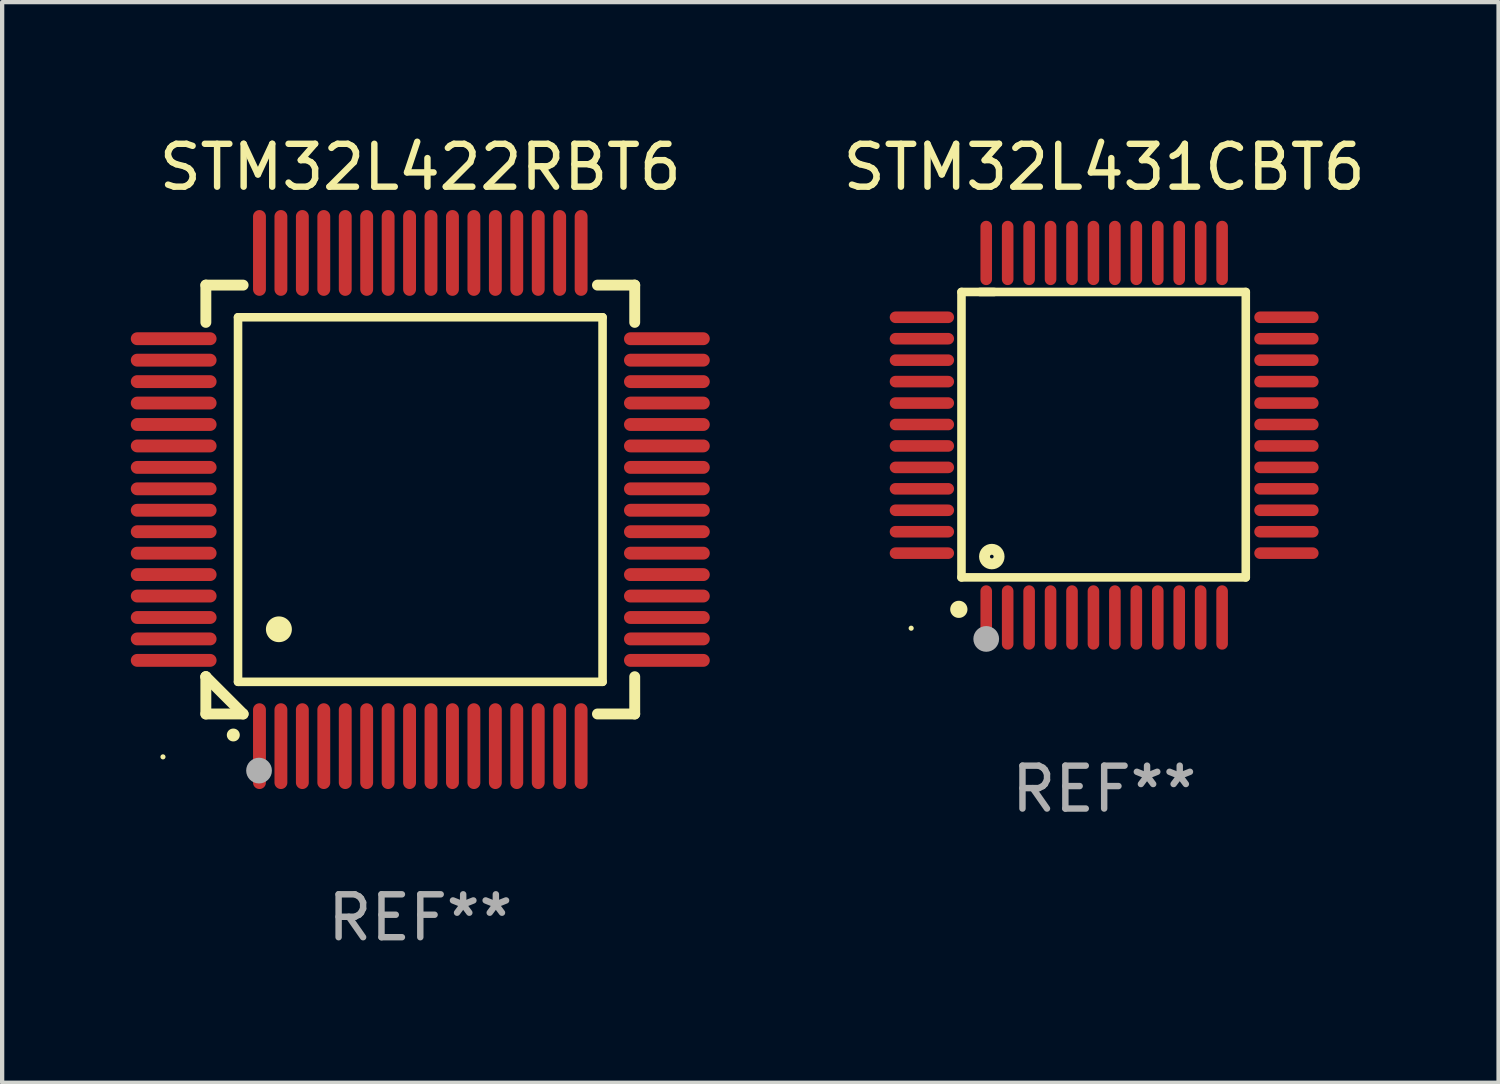
<source format=kicad_pcb>
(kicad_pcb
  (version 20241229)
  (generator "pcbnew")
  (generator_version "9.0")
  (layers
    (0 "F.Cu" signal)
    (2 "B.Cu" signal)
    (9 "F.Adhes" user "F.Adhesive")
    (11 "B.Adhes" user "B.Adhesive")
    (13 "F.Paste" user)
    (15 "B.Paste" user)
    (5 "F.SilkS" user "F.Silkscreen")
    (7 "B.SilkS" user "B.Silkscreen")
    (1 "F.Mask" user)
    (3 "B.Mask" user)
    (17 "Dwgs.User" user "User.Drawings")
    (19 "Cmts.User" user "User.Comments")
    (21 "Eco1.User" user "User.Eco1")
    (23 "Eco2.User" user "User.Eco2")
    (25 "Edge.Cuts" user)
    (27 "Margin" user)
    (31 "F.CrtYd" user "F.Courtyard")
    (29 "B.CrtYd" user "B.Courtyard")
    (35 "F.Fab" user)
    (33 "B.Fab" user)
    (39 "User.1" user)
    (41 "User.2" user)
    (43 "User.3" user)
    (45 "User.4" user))
  (footprint "STM32L422RBT6"
    (layer "F.Cu")
    (at 6.75 8.598)
    (property "Reference" "STM32L422RBT6" (at 0 -7.75 0) (layer "F.SilkS") (effects (font (size 1 1) (thickness 0.15))))
    (attr through_hole)
    (fp_line (start -5 -5) (end -4.131 -5) (stroke (width 0.254) (type solid)) (layer "F.SilkS"))
    (fp_line (start -5 -4.131) (end -5 -5) (stroke (width 0.254) (type solid)) (layer "F.SilkS"))
    (fp_line (start -5 4.131) (end -5 4.131) (stroke (width 0.254) (type solid)) (layer "F.SilkS"))
    (fp_line (start -5 5) (end -5 4.131) (stroke (width 0.254) (type solid)) (layer "F.SilkS"))
    (fp_line (start -5 4.131) (end -4.131 5) (stroke (width 0.254) (type solid)) (layer "F.SilkS"))
    (fp_line (start -4.25 -4.25) (end -4.25 4.25) (stroke (width 0.2) (type solid)) (layer "F.SilkS"))
    (fp_line (start -4.25 4.25) (end 4.25 4.25) (stroke (width 0.2) (type solid)) (layer "F.SilkS"))
    (fp_line (start -4.131 5) (end -5 5) (stroke (width 0.254) (type solid)) (layer "F.SilkS"))
    (fp_line (start 4.25 -4.25) (end -4.25 -4.25) (stroke (width 0.2) (type solid)) (layer "F.SilkS"))
    (fp_line (start 4.25 4.25) (end 4.25 -4.25) (stroke (width 0.2) (type solid)) (layer "F.SilkS"))
    (fp_line (start 5 -5) (end 4.131 -5) (stroke (width 0.254) (type solid)) (layer "F.SilkS"))
    (fp_line (start 5 -5) (end 5 -4.131) (stroke (width 0.254) (type solid)) (layer "F.SilkS"))
    (fp_line (start 5 4.131) (end 5 5) (stroke (width 0.254) (type solid)) (layer "F.SilkS"))
    (fp_line (start 5 5) (end 4.131 5) (stroke (width 0.254) (type solid)) (layer "F.SilkS"))
    (fp_arc (start -4.361265 5.489992) (mid -4.359995 5.489987) (end -4.358725 5.489992) (stroke (width 0.3) (type solid)) (layer "F.SilkS"))
    (fp_arc (start -3.299467 3.025146) (mid -3.296927 3.025135) (end -3.294387 3.025146) (stroke (width 0.6) (type solid)) (layer "F.SilkS"))
    (fp_circle (center -6 6) (end -5.97 6) (stroke (width 0.06) (type solid)) (fill no) (layer "F.SilkS"))
    (fp_circle (center -3.76 6.32) (end -3.61 6.32) (stroke (width 0.3) (type solid)) (fill no) (layer "F.Fab"))
    (fp_text user "REF**" (at 0 9.75 0) (layer "F.Fab") (effects (font (size 1 1) (thickness 0.15))))
    (pad "1" smd oval (at -3.75 5.75) (size 0.3 2) (layers "F.Cu" "F.Mask" "F.Paste"))
    (pad "2" smd oval (at -3.25 5.75) (size 0.3 2) (layers "F.Cu" "F.Mask" "F.Paste"))
    (pad "3" smd oval (at -2.75 5.75) (size 0.3 2) (layers "F.Cu" "F.Mask" "F.Paste"))
    (pad "4" smd oval (at -2.25 5.75) (size 0.3 2) (layers "F.Cu" "F.Mask" "F.Paste"))
    (pad "5" smd oval (at -1.75 5.75) (size 0.3 2) (layers "F.Cu" "F.Mask" "F.Paste"))
    (pad "6" smd oval (at -1.25 5.75) (size 0.3 2) (layers "F.Cu" "F.Mask" "F.Paste"))
    (pad "7" smd oval (at -0.75 5.75) (size 0.3 2) (layers "F.Cu" "F.Mask" "F.Paste"))
    (pad "8" smd oval (at -0.25 5.75) (size 0.3 2) (layers "F.Cu" "F.Mask" "F.Paste"))
    (pad "9" smd oval (at 0.25 5.75) (size 0.3 2) (layers "F.Cu" "F.Mask" "F.Paste"))
    (pad "10" smd oval (at 0.75 5.75) (size 0.3 2) (layers "F.Cu" "F.Mask" "F.Paste"))
    (pad "11" smd oval (at 1.25 5.75) (size 0.3 2) (layers "F.Cu" "F.Mask" "F.Paste"))
    (pad "12" smd oval (at 1.75 5.75) (size 0.3 2) (layers "F.Cu" "F.Mask" "F.Paste"))
    (pad "13" smd oval (at 2.25 5.75) (size 0.3 2) (layers "F.Cu" "F.Mask" "F.Paste"))
    (pad "14" smd oval (at 2.75 5.75) (size 0.3 2) (layers "F.Cu" "F.Mask" "F.Paste"))
    (pad "15" smd oval (at 3.25 5.75) (size 0.3 2) (layers "F.Cu" "F.Mask" "F.Paste"))
    (pad "16" smd oval (at 3.75 5.75) (size 0.3 2) (layers "F.Cu" "F.Mask" "F.Paste"))
    (pad "17" smd oval (at 5.75 3.75) (size 2 0.3) (layers "F.Cu" "F.Mask" "F.Paste"))
    (pad "18" smd oval (at 5.75 3.25) (size 2 0.3) (layers "F.Cu" "F.Mask" "F.Paste"))
    (pad "19" smd oval (at 5.75 2.75) (size 2 0.3) (layers "F.Cu" "F.Mask" "F.Paste"))
    (pad "20" smd oval (at 5.75 2.25) (size 2 0.3) (layers "F.Cu" "F.Mask" "F.Paste"))
    (pad "21" smd oval (at 5.75 1.75) (size 2 0.3) (layers "F.Cu" "F.Mask" "F.Paste"))
    (pad "22" smd oval (at 5.75 1.25) (size 2 0.3) (layers "F.Cu" "F.Mask" "F.Paste"))
    (pad "23" smd oval (at 5.75 0.75) (size 2 0.3) (layers "F.Cu" "F.Mask" "F.Paste"))
    (pad "24" smd oval (at 5.75 0.25) (size 2 0.3) (layers "F.Cu" "F.Mask" "F.Paste"))
    (pad "25" smd oval (at 5.75 -0.25) (size 2 0.3) (layers "F.Cu" "F.Mask" "F.Paste"))
    (pad "26" smd oval (at 5.75 -0.75) (size 2 0.3) (layers "F.Cu" "F.Mask" "F.Paste"))
    (pad "27" smd oval (at 5.75 -1.25) (size 2 0.3) (layers "F.Cu" "F.Mask" "F.Paste"))
    (pad "28" smd oval (at 5.75 -1.75) (size 2 0.3) (layers "F.Cu" "F.Mask" "F.Paste"))
    (pad "29" smd oval (at 5.75 -2.25) (size 2 0.3) (layers "F.Cu" "F.Mask" "F.Paste"))
    (pad "30" smd oval (at 5.75 -2.75) (size 2 0.3) (layers "F.Cu" "F.Mask" "F.Paste"))
    (pad "31" smd oval (at 5.75 -3.25) (size 2 0.3) (layers "F.Cu" "F.Mask" "F.Paste"))
    (pad "32" smd oval (at 5.75 -3.75) (size 2 0.3) (layers "F.Cu" "F.Mask" "F.Paste"))
    (pad "33" smd oval (at 3.75 -5.75) (size 0.3 2) (layers "F.Cu" "F.Mask" "F.Paste"))
    (pad "34" smd oval (at 3.25 -5.75) (size 0.3 2) (layers "F.Cu" "F.Mask" "F.Paste"))
    (pad "35" smd oval (at 2.75 -5.75) (size 0.3 2) (layers "F.Cu" "F.Mask" "F.Paste"))
    (pad "36" smd oval (at 2.25 -5.75) (size 0.3 2) (layers "F.Cu" "F.Mask" "F.Paste"))
    (pad "37" smd oval (at 1.75 -5.75) (size 0.3 2) (layers "F.Cu" "F.Mask" "F.Paste"))
    (pad "38" smd oval (at 1.25 -5.75) (size 0.3 2) (layers "F.Cu" "F.Mask" "F.Paste"))
    (pad "39" smd oval (at 0.75 -5.75) (size 0.3 2) (layers "F.Cu" "F.Mask" "F.Paste"))
    (pad "40" smd oval (at 0.25 -5.75) (size 0.3 2) (layers "F.Cu" "F.Mask" "F.Paste"))
    (pad "41" smd oval (at -0.25 -5.75) (size 0.3 2) (layers "F.Cu" "F.Mask" "F.Paste"))
    (pad "42" smd oval (at -0.75 -5.75) (size 0.3 2) (layers "F.Cu" "F.Mask" "F.Paste"))
    (pad "43" smd oval (at -1.25 -5.75) (size 0.3 2) (layers "F.Cu" "F.Mask" "F.Paste"))
    (pad "44" smd oval (at -1.75 -5.75) (size 0.3 2) (layers "F.Cu" "F.Mask" "F.Paste"))
    (pad "45" smd oval (at -2.25 -5.75) (size 0.3 2) (layers "F.Cu" "F.Mask" "F.Paste"))
    (pad "46" smd oval (at -2.75 -5.75) (size 0.3 2) (layers "F.Cu" "F.Mask" "F.Paste"))
    (pad "47" smd oval (at -3.25 -5.75) (size 0.3 2) (layers "F.Cu" "F.Mask" "F.Paste"))
    (pad "48" smd oval (at -3.75 -5.75) (size 0.3 2) (layers "F.Cu" "F.Mask" "F.Paste"))
    (pad "49" smd oval (at -5.75 -3.75) (size 2 0.3) (layers "F.Cu" "F.Mask" "F.Paste"))
    (pad "50" smd oval (at -5.75 -3.25) (size 2 0.3) (layers "F.Cu" "F.Mask" "F.Paste"))
    (pad "51" smd oval (at -5.75 -2.75) (size 2 0.3) (layers "F.Cu" "F.Mask" "F.Paste"))
    (pad "52" smd oval (at -5.75 -2.25) (size 2 0.3) (layers "F.Cu" "F.Mask" "F.Paste"))
    (pad "53" smd oval (at -5.75 -1.75) (size 2 0.3) (layers "F.Cu" "F.Mask" "F.Paste"))
    (pad "54" smd oval (at -5.75 -1.25) (size 2 0.3) (layers "F.Cu" "F.Mask" "F.Paste"))
    (pad "55" smd oval (at -5.75 -0.75) (size 2 0.3) (layers "F.Cu" "F.Mask" "F.Paste"))
    (pad "56" smd oval (at -5.75 -0.25) (size 2 0.3) (layers "F.Cu" "F.Mask" "F.Paste"))
    (pad "57" smd oval (at -5.75 0.25) (size 2 0.3) (layers "F.Cu" "F.Mask" "F.Paste"))
    (pad "58" smd oval (at -5.75 0.75) (size 2 0.3) (layers "F.Cu" "F.Mask" "F.Paste"))
    (pad "59" smd oval (at -5.75 1.25) (size 2 0.3) (layers "F.Cu" "F.Mask" "F.Paste"))
    (pad "60" smd oval (at -5.75 1.75) (size 2 0.3) (layers "F.Cu" "F.Mask" "F.Paste"))
    (pad "61" smd oval (at -5.75 2.25) (size 2 0.3) (layers "F.Cu" "F.Mask" "F.Paste"))
    (pad "62" smd oval (at -5.75 2.75) (size 2 0.3) (layers "F.Cu" "F.Mask" "F.Paste"))
    (pad "63" smd oval (at -5.75 3.25) (size 2 0.3) (layers "F.Cu" "F.Mask" "F.Paste"))
    (pad "64" smd oval (at -5.75 3.75) (size 2 0.3) (layers "F.Cu" "F.Mask" "F.Paste")))
  (footprint "STM32L431CBT6"
    (layer "F.Cu")
    (at 22.696 7.098)
    (property "Reference" "STM32L431CBT6" (at 0 -6.25 0) (layer "F.SilkS") (effects (font (size 1 1) (thickness 0.15))))
    (attr through_hole)
    (fp_line (start -3.327 -3.34) (end -2.565 -3.34) (stroke (width 0.2) (type solid)) (layer "F.SilkS"))
    (fp_line (start -3.327 3.315) (end -3.327 -3.34) (stroke (width 0.2) (type solid)) (layer "F.SilkS"))
    (fp_line (start -2.896 -3.34) (end 3.302 -3.34) (stroke (width 0.2) (type solid)) (layer "F.SilkS"))
    (fp_line (start 3.302 -3.34) (end 3.302 3.315) (stroke (width 0.2) (type solid)) (layer "F.SilkS"))
    (fp_line (start 3.302 3.315) (end -3.327 3.315) (stroke (width 0.2) (type solid)) (layer "F.SilkS"))
    (fp_arc (start -3.389992 4.059995) (mid -3.388722 4.059991) (end -3.387452 4.059995) (stroke (width 0.4) (type solid)) (layer "F.SilkS"))
    (fp_circle (center -4.5 4.5) (end -4.47 4.5) (stroke (width 0.06) (type solid)) (fill no) (layer "F.SilkS"))
    (fp_circle (center -2.62 2.83) (end -2.45 2.83) (stroke (width 0.254) (type solid)) (fill no) (layer "F.SilkS"))
    (fp_circle (center -2.75 4.75) (end -2.6 4.75) (stroke (width 0.3) (type solid)) (fill no) (layer "F.Fab"))
    (fp_text user "REF**" (at 0 8.25 0) (layer "F.Fab") (effects (font (size 1 1) (thickness 0.15))))
    (pad "1" smd oval (at -2.75 4.25) (size 0.27 1.5) (layers "F.Cu" "F.Mask" "F.Paste"))
    (pad "2" smd oval (at -2.25 4.25) (size 0.27 1.5) (layers "F.Cu" "F.Mask" "F.Paste"))
    (pad "3" smd oval (at -1.75 4.25) (size 0.27 1.5) (layers "F.Cu" "F.Mask" "F.Paste"))
    (pad "4" smd oval (at -1.25 4.25) (size 0.27 1.5) (layers "F.Cu" "F.Mask" "F.Paste"))
    (pad "5" smd oval (at -0.75 4.25) (size 0.27 1.5) (layers "F.Cu" "F.Mask" "F.Paste"))
    (pad "6" smd oval (at -0.25 4.25) (size 0.27 1.5) (layers "F.Cu" "F.Mask" "F.Paste"))
    (pad "7" smd oval (at 0.25 4.25) (size 0.27 1.5) (layers "F.Cu" "F.Mask" "F.Paste"))
    (pad "8" smd oval (at 0.75 4.25) (size 0.27 1.5) (layers "F.Cu" "F.Mask" "F.Paste"))
    (pad "9" smd oval (at 1.25 4.25) (size 0.27 1.5) (layers "F.Cu" "F.Mask" "F.Paste"))
    (pad "10" smd oval (at 1.75 4.25) (size 0.27 1.5) (layers "F.Cu" "F.Mask" "F.Paste"))
    (pad "11" smd oval (at 2.25 4.25) (size 0.27 1.5) (layers "F.Cu" "F.Mask" "F.Paste"))
    (pad "12" smd oval (at 2.75 4.25) (size 0.27 1.5) (layers "F.Cu" "F.Mask" "F.Paste"))
    (pad "13" smd oval (at 4.25 2.75) (size 1.5 0.27) (layers "F.Cu" "F.Mask" "F.Paste"))
    (pad "14" smd oval (at 4.25 2.25) (size 1.5 0.27) (layers "F.Cu" "F.Mask" "F.Paste"))
    (pad "15" smd oval (at 4.25 1.75) (size 1.5 0.27) (layers "F.Cu" "F.Mask" "F.Paste"))
    (pad "16" smd oval (at 4.25 1.25) (size 1.5 0.27) (layers "F.Cu" "F.Mask" "F.Paste"))
    (pad "17" smd oval (at 4.25 0.75) (size 1.5 0.27) (layers "F.Cu" "F.Mask" "F.Paste"))
    (pad "18" smd oval (at 4.25 0.25) (size 1.5 0.27) (layers "F.Cu" "F.Mask" "F.Paste"))
    (pad "19" smd oval (at 4.25 -0.25) (size 1.5 0.27) (layers "F.Cu" "F.Mask" "F.Paste"))
    (pad "20" smd oval (at 4.25 -0.75) (size 1.5 0.27) (layers "F.Cu" "F.Mask" "F.Paste"))
    (pad "21" smd oval (at 4.25 -1.25) (size 1.5 0.27) (layers "F.Cu" "F.Mask" "F.Paste"))
    (pad "22" smd oval (at 4.25 -1.75) (size 1.5 0.27) (layers "F.Cu" "F.Mask" "F.Paste"))
    (pad "23" smd oval (at 4.25 -2.25) (size 1.5 0.27) (layers "F.Cu" "F.Mask" "F.Paste"))
    (pad "24" smd oval (at 4.25 -2.75) (size 1.5 0.27) (layers "F.Cu" "F.Mask" "F.Paste"))
    (pad "25" smd oval (at 2.75 -4.25) (size 0.27 1.5) (layers "F.Cu" "F.Mask" "F.Paste"))
    (pad "26" smd oval (at 2.25 -4.25) (size 0.27 1.5) (layers "F.Cu" "F.Mask" "F.Paste"))
    (pad "27" smd oval (at 1.75 -4.25) (size 0.27 1.5) (layers "F.Cu" "F.Mask" "F.Paste"))
    (pad "28" smd oval (at 1.25 -4.25) (size 0.27 1.5) (layers "F.Cu" "F.Mask" "F.Paste"))
    (pad "29" smd oval (at 0.75 -4.25) (size 0.27 1.5) (layers "F.Cu" "F.Mask" "F.Paste"))
    (pad "30" smd oval (at 0.25 -4.25) (size 0.27 1.5) (layers "F.Cu" "F.Mask" "F.Paste"))
    (pad "31" smd oval (at -0.25 -4.25) (size 0.27 1.5) (layers "F.Cu" "F.Mask" "F.Paste"))
    (pad "32" smd oval (at -0.75 -4.25) (size 0.27 1.5) (layers "F.Cu" "F.Mask" "F.Paste"))
    (pad "33" smd oval (at -1.25 -4.25) (size 0.27 1.5) (layers "F.Cu" "F.Mask" "F.Paste"))
    (pad "34" smd oval (at -1.75 -4.25) (size 0.27 1.5) (layers "F.Cu" "F.Mask" "F.Paste"))
    (pad "35" smd oval (at -2.25 -4.25) (size 0.27 1.5) (layers "F.Cu" "F.Mask" "F.Paste"))
    (pad "36" smd oval (at -2.75 -4.25) (size 0.27 1.5) (layers "F.Cu" "F.Mask" "F.Paste"))
    (pad "37" smd oval (at -4.25 -2.75) (size 1.5 0.27) (layers "F.Cu" "F.Mask" "F.Paste"))
    (pad "38" smd oval (at -4.25 -2.25) (size 1.5 0.27) (layers "F.Cu" "F.Mask" "F.Paste"))
    (pad "39" smd oval (at -4.25 -1.75) (size 1.5 0.27) (layers "F.Cu" "F.Mask" "F.Paste"))
    (pad "40" smd oval (at -4.25 -1.25) (size 1.5 0.27) (layers "F.Cu" "F.Mask" "F.Paste"))
    (pad "41" smd oval (at -4.25 -0.75) (size 1.5 0.27) (layers "F.Cu" "F.Mask" "F.Paste"))
    (pad "42" smd oval (at -4.25 -0.25) (size 1.5 0.27) (layers "F.Cu" "F.Mask" "F.Paste"))
    (pad "43" smd oval (at -4.25 0.25) (size 1.5 0.27) (layers "F.Cu" "F.Mask" "F.Paste"))
    (pad "44" smd oval (at -4.25 0.75) (size 1.5 0.27) (layers "F.Cu" "F.Mask" "F.Paste"))
    (pad "45" smd oval (at -4.25 1.25) (size 1.5 0.27) (layers "F.Cu" "F.Mask" "F.Paste"))
    (pad "46" smd oval (at -4.25 1.75) (size 1.5 0.27) (layers "F.Cu" "F.Mask" "F.Paste"))
    (pad "47" smd oval (at -4.25 2.25) (size 1.5 0.27) (layers "F.Cu" "F.Mask" "F.Paste"))
    (pad "48" smd oval (at -4.25 2.75) (size 1.5 0.27) (layers "F.Cu" "F.Mask" "F.Paste")))
  (gr_rect
    (start -3 -3)
    (end 31.892 22.196)
    (stroke (width 0.1) (type default))
    (fill no)
    (layer "Edge.Cuts")))
</source>
